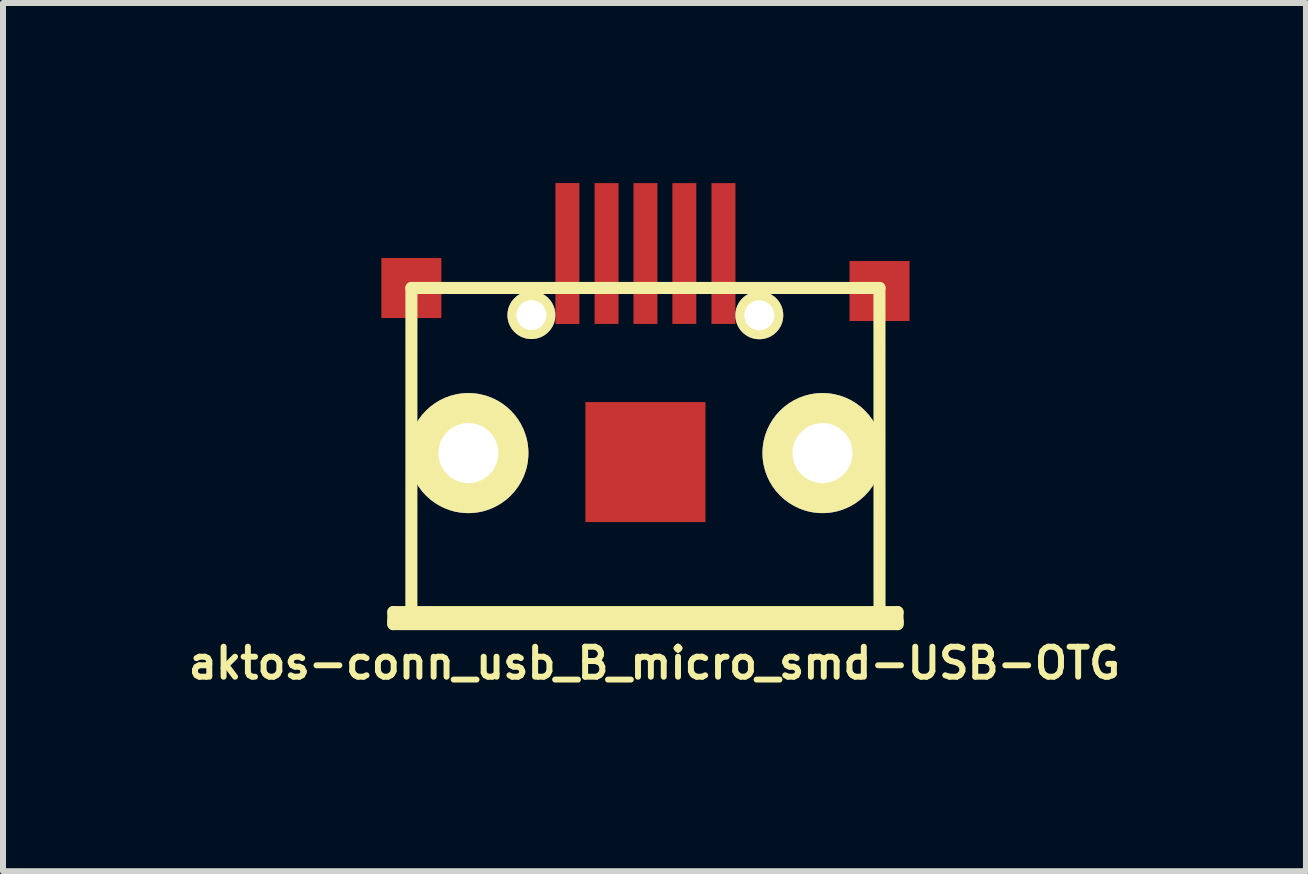
<source format=kicad_pcb>
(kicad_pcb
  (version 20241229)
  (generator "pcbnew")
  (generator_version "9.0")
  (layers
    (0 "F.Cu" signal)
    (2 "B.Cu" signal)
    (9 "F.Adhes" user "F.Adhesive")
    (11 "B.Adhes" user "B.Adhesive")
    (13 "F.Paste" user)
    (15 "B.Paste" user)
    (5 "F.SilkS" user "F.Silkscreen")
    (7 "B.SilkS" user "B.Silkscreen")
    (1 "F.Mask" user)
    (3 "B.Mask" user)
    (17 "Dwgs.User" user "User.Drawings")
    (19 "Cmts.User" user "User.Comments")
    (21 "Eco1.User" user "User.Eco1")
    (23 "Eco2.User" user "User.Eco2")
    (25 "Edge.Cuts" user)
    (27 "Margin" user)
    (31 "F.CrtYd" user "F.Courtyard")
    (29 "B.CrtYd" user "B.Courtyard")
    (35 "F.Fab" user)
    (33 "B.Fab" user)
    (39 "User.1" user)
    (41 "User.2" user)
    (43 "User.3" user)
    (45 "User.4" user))
  (footprint "aktos-conn_usb_B_micro_smd-USB-OTG"
    (layer "F.Cu")
    (at 7.704 4.649)
    (property "Reference" "aktos-conn_usb_B_micro_smd-USB-OTG" (at 0.15 3.35 0) (layer "F.SilkS") (effects (font (size 0.5 0.5) (thickness 0.099))))
    (attr through_hole)
    (fp_line (start -4.201 2.499) (end -4.201 2.7) (stroke (width 0.201) (type solid)) (layer "F.SilkS"))
    (fp_line (start -4.2 2.65) (end 4.202 2.65) (stroke (width 0.201) (type solid)) (layer "F.SilkS"))
    (fp_line (start -4.2 2.7) (end 4.202 2.7) (stroke (width 0.201) (type solid)) (layer "F.SilkS"))
    (fp_line (start -3.9 2.5) (end -3.899 -2.901) (stroke (width 0.201) (type solid)) (layer "F.SilkS"))
    (fp_line (start -3.899 -2.901) (end 3.899 -2.901) (stroke (width 0.201) (type solid)) (layer "F.SilkS"))
    (fp_line (start 3.899 -2.901) (end 3.9 2.45) (stroke (width 0.201) (type solid)) (layer "F.SilkS"))
    (fp_line (start 4.2 2.7) (end 4.2 2.499) (stroke (width 0.201) (type solid)) (layer "F.SilkS"))
    (fp_line (start 4.201 2.499) (end -4.201 2.499) (stroke (width 0.201) (type solid)) (layer "F.SilkS"))
    (pad "" smd rect (at -3.9 -2.9) (size 1 1) (layers "F.Cu" "F.Mask" "F.Paste"))
    (pad "" thru_hole circle (at -1.9 -2.449) (size 0.798 0.798) (drill 0.5) (layers "*.Cu" "*.Mask" "F.SilkS"))
    (pad "" smd rect (at 0 0) (size 2 2) (layers "F.Cu" "F.Mask" "F.Paste"))
    (pad "" thru_hole circle (at 1.897 -2.446) (size 0.798 0.798) (drill 0.5) (layers "*.Cu" "*.Mask" "F.SilkS"))
    (pad "" smd rect (at 3.9 -2.85) (size 1 1) (layers "F.Cu" "F.Mask" "F.Paste"))
    (pad "1" smd rect (at -1.3 -3.475) (size 0.399 2.349) (layers "F.Cu" "F.Mask" "F.Paste"))
    (pad "2" smd rect (at -0.648 -3.475) (size 0.399 2.346) (layers "F.Cu" "F.Mask" "F.Paste"))
    (pad "3" smd rect (at 0 -3.475) (size 0.399 2.346) (layers "F.Cu" "F.Mask" "F.Paste"))
    (pad "4" smd rect (at 0.648 -3.475) (size 0.399 2.346) (layers "F.Cu" "F.Mask" "F.Paste"))
    (pad "5" smd rect (at 1.3 -3.475) (size 0.399 2.346) (layers "F.Cu" "F.Mask" "F.Paste"))
    (pad "6" thru_hole circle (at -2.95 -0.15) (size 2 2) (drill 1) (layers "*.Cu" "*.Mask" "F.SilkS"))
    (pad "6" thru_hole circle (at 2.95 -0.15) (size 2 2) (drill 1) (layers "*.Cu" "*.Mask" "F.SilkS")))
  (gr_rect
    (start -3 -3)
    (end 18.709 11.466)
    (stroke (width 0.1) (type default))
    (fill no)
    (layer "Edge.Cuts")))
</source>
